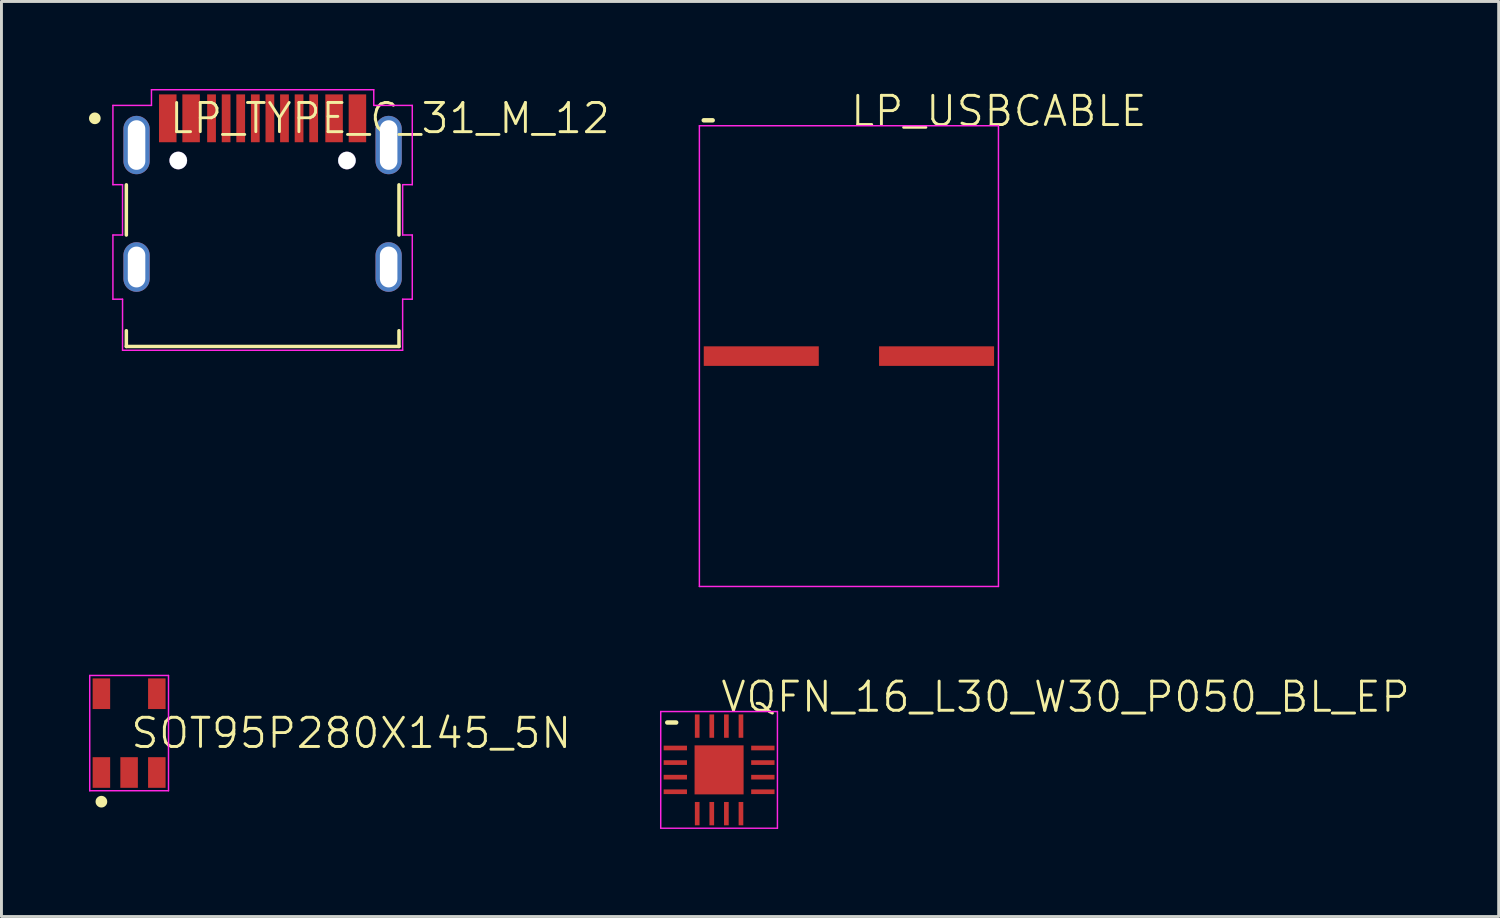
<source format=kicad_pcb>
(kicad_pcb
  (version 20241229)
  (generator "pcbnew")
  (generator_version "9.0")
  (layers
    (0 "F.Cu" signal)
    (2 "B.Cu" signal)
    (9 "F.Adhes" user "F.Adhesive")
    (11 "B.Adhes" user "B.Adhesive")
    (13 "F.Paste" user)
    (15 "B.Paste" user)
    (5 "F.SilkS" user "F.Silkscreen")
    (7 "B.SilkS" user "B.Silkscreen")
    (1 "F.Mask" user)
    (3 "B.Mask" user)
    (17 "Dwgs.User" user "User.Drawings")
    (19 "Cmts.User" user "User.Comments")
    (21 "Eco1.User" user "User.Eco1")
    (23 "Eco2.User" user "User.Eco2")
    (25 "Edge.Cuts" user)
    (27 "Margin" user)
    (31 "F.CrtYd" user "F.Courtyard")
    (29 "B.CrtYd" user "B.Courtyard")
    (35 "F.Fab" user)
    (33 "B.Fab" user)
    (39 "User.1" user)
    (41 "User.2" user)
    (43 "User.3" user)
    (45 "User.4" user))
  (footprint "LP_TYPE_C_31_M_12"
    (layer "F.Cu")
    (at 2.7 1.005)
    (property "Reference" "LP_TYPE_C_31_M_12" (at 0 0 0) (layer "F.SilkS") (effects (font (size 1 1) (thickness 0.1)) (justify left)))
    (fp_poly (pts (xy -0.35 0.87) (xy 0.35 0.87) (xy 0.35 -0.87) (xy -0.35 -0.87)) (stroke (width 0) (type solid)) (fill yes) (layer "F.Mask"))
    (fp_poly (pts (xy 0.45 0.87) (xy 1.15 0.87) (xy 1.15 -0.87) (xy 0.45 -0.87)) (stroke (width 0) (type solid)) (fill yes) (layer "F.Mask"))
    (fp_poly (pts (xy 1.3 0.87) (xy 1.7 0.87) (xy 1.7 -0.87) (xy 1.3 -0.87)) (stroke (width 0) (type solid)) (fill yes) (layer "F.Mask"))
    (fp_poly (pts (xy 1.8 0.87) (xy 2.2 0.87) (xy 2.2 -0.87) (xy 1.8 -0.87)) (stroke (width 0) (type solid)) (fill yes) (layer "F.Mask"))
    (fp_poly (pts (xy 2.3 0.87) (xy 2.7 0.87) (xy 2.7 -0.87) (xy 2.3 -0.87)) (stroke (width 0) (type solid)) (fill yes) (layer "F.Mask"))
    (fp_poly (pts (xy 2.8 0.87) (xy 3.2 0.87) (xy 3.2 -0.87) (xy 2.8 -0.87)) (stroke (width 0) (type solid)) (fill yes) (layer "F.Mask"))
    (fp_poly (pts (xy 3.3 0.87) (xy 3.7 0.87) (xy 3.7 -0.87) (xy 3.3 -0.87)) (stroke (width 0) (type solid)) (fill yes) (layer "F.Mask"))
    (fp_poly (pts (xy 3.8 0.87) (xy 4.2 0.87) (xy 4.2 -0.87) (xy 3.8 -0.87)) (stroke (width 0) (type solid)) (fill yes) (layer "F.Mask"))
    (fp_poly (pts (xy 4.3 0.87) (xy 4.7 0.87) (xy 4.7 -0.87) (xy 4.3 -0.87)) (stroke (width 0) (type solid)) (fill yes) (layer "F.Mask"))
    (fp_poly (pts (xy 4.8 0.87) (xy 5.2 0.87) (xy 5.2 -0.87) (xy 4.8 -0.87)) (stroke (width 0) (type solid)) (fill yes) (layer "F.Mask"))
    (fp_poly (pts (xy 5.35 0.87) (xy 6.05 0.87) (xy 6.05 -0.87) (xy 5.35 -0.87)) (stroke (width 0) (type solid)) (fill yes) (layer "F.Mask"))
    (fp_poly (pts (xy 6.15 0.87) (xy 6.85 0.87) (xy 6.85 -0.87) (xy 6.15 -0.87)) (stroke (width 0) (type solid)) (fill yes) (layer "F.Mask"))
    (fp_poly (pts (xy -0.57 0.366) (xy -0.58 0.268) (xy -0.608 0.175) (xy -0.654 0.088) (xy -0.716 0.012) (xy -0.792 -0.05) (xy -0.879 -0.096) (xy -0.972 -0.124) (xy -1.07 -0.134) (xy -1.168 -0.124) (xy -1.261 -0.096) (xy -1.348 -0.05) (xy -1.424 0.012) (xy -1.486 0.088) (xy -1.532 0.175) (xy -1.56 0.268) (xy -1.57 0.366) (xy -1.57 1.466) (xy -1.56 1.564) (xy -1.532 1.657) (xy -1.486 1.744) (xy -1.424 1.82) (xy -1.348 1.882) (xy -1.261 1.928) (xy -1.168 1.956) (xy -1.07 1.966) (xy -0.972 1.956) (xy -0.879 1.928) (xy -0.792 1.882) (xy -0.716 1.82) (xy -0.654 1.744) (xy -0.608 1.657) (xy -0.58 1.564) (xy -0.57 1.466)) (stroke (width 0) (type solid)) (fill yes) (layer "F.Mask"))
    (fp_poly (pts (xy -0.57 4.696) (xy -0.58 4.598) (xy -0.608 4.505) (xy -0.654 4.418) (xy -0.716 4.342) (xy -0.792 4.28) (xy -0.879 4.234) (xy -0.972 4.206) (xy -1.07 4.196) (xy -1.168 4.206) (xy -1.261 4.234) (xy -1.348 4.28) (xy -1.424 4.342) (xy -1.486 4.418) (xy -1.532 4.505) (xy -1.56 4.598) (xy -1.57 4.696) (xy -1.57 5.496) (xy -1.56 5.594) (xy -1.532 5.687) (xy -1.486 5.774) (xy -1.424 5.85) (xy -1.348 5.912) (xy -1.261 5.958) (xy -1.168 5.986) (xy -1.07 5.996) (xy -0.972 5.986) (xy -0.879 5.958) (xy -0.792 5.912) (xy -0.716 5.85) (xy -0.654 5.774) (xy -0.608 5.687) (xy -0.58 5.594) (xy -0.57 5.496)) (stroke (width 0) (type solid)) (fill yes) (layer "F.Mask"))
    (fp_poly (pts (xy 8.07 0.366) (xy 8.06 0.268) (xy 8.032 0.175) (xy 7.986 0.088) (xy 7.924 0.012) (xy 7.848 -0.05) (xy 7.761 -0.096) (xy 7.668 -0.124) (xy 7.57 -0.134) (xy 7.472 -0.124) (xy 7.379 -0.096) (xy 7.292 -0.05) (xy 7.216 0.012) (xy 7.154 0.088) (xy 7.108 0.175) (xy 7.08 0.268) (xy 7.07 0.366) (xy 7.07 1.466) (xy 7.08 1.564) (xy 7.108 1.657) (xy 7.154 1.744) (xy 7.216 1.82) (xy 7.292 1.882) (xy 7.379 1.928) (xy 7.472 1.956) (xy 7.57 1.966) (xy 7.668 1.956) (xy 7.761 1.928) (xy 7.848 1.882) (xy 7.924 1.82) (xy 7.986 1.744) (xy 8.032 1.657) (xy 8.06 1.564) (xy 8.07 1.466)) (stroke (width 0) (type solid)) (fill yes) (layer "F.Mask"))
    (fp_poly (pts (xy 8.07 4.696) (xy 8.06 4.598) (xy 8.032 4.505) (xy 7.986 4.418) (xy 7.924 4.342) (xy 7.848 4.28) (xy 7.761 4.234) (xy 7.668 4.206) (xy 7.57 4.196) (xy 7.472 4.206) (xy 7.379 4.234) (xy 7.292 4.28) (xy 7.216 4.342) (xy 7.154 4.418) (xy 7.108 4.505) (xy 7.08 4.598) (xy 7.07 4.696) (xy 7.07 5.496) (xy 7.08 5.594) (xy 7.108 5.687) (xy 7.154 5.774) (xy 7.216 5.85) (xy 7.292 5.912) (xy 7.379 5.958) (xy 7.472 5.986) (xy 7.57 5.996) (xy 7.668 5.986) (xy 7.761 5.958) (xy 7.848 5.912) (xy 7.924 5.85) (xy 7.986 5.774) (xy 8.032 5.687) (xy 8.06 5.594) (xy 8.07 5.496)) (stroke (width 0) (type solid)) (fill yes) (layer "F.Mask"))
    (fp_poly (pts (xy -0.57 0.366) (xy -0.58 0.268) (xy -0.608 0.175) (xy -0.654 0.088) (xy -0.716 0.012) (xy -0.792 -0.05) (xy -0.879 -0.096) (xy -0.972 -0.124) (xy -1.07 -0.134) (xy -1.168 -0.124) (xy -1.261 -0.096) (xy -1.348 -0.05) (xy -1.424 0.012) (xy -1.486 0.088) (xy -1.532 0.175) (xy -1.56 0.268) (xy -1.57 0.366) (xy -1.57 1.466) (xy -1.56 1.564) (xy -1.532 1.657) (xy -1.486 1.744) (xy -1.424 1.82) (xy -1.348 1.882) (xy -1.261 1.928) (xy -1.168 1.956) (xy -1.07 1.966) (xy -0.972 1.956) (xy -0.879 1.928) (xy -0.792 1.882) (xy -0.716 1.82) (xy -0.654 1.744) (xy -0.608 1.657) (xy -0.58 1.564) (xy -0.57 1.466)) (stroke (width 0) (type solid)) (fill yes) (layer "B.Mask"))
    (fp_poly (pts (xy -0.57 4.696) (xy -0.58 4.598) (xy -0.608 4.505) (xy -0.654 4.418) (xy -0.716 4.342) (xy -0.792 4.28) (xy -0.879 4.234) (xy -0.972 4.206) (xy -1.07 4.196) (xy -1.168 4.206) (xy -1.261 4.234) (xy -1.348 4.28) (xy -1.424 4.342) (xy -1.486 4.418) (xy -1.532 4.505) (xy -1.56 4.598) (xy -1.57 4.696) (xy -1.57 5.496) (xy -1.56 5.594) (xy -1.532 5.687) (xy -1.486 5.774) (xy -1.424 5.85) (xy -1.348 5.912) (xy -1.261 5.958) (xy -1.168 5.986) (xy -1.07 5.996) (xy -0.972 5.986) (xy -0.879 5.958) (xy -0.792 5.912) (xy -0.716 5.85) (xy -0.654 5.774) (xy -0.608 5.687) (xy -0.58 5.594) (xy -0.57 5.496)) (stroke (width 0) (type solid)) (fill yes) (layer "B.Mask"))
    (fp_poly (pts (xy 8.07 0.366) (xy 8.06 0.268) (xy 8.032 0.175) (xy 7.986 0.088) (xy 7.924 0.012) (xy 7.848 -0.05) (xy 7.761 -0.096) (xy 7.668 -0.124) (xy 7.57 -0.134) (xy 7.472 -0.124) (xy 7.379 -0.096) (xy 7.292 -0.05) (xy 7.216 0.012) (xy 7.154 0.088) (xy 7.108 0.175) (xy 7.08 0.268) (xy 7.07 0.366) (xy 7.07 1.466) (xy 7.08 1.564) (xy 7.108 1.657) (xy 7.154 1.744) (xy 7.216 1.82) (xy 7.292 1.882) (xy 7.379 1.928) (xy 7.472 1.956) (xy 7.57 1.966) (xy 7.668 1.956) (xy 7.761 1.928) (xy 7.848 1.882) (xy 7.924 1.82) (xy 7.986 1.744) (xy 8.032 1.657) (xy 8.06 1.564) (xy 8.07 1.466)) (stroke (width 0) (type solid)) (fill yes) (layer "B.Mask"))
    (fp_poly (pts (xy 8.07 4.696) (xy 8.06 4.598) (xy 8.032 4.505) (xy 7.986 4.418) (xy 7.924 4.342) (xy 7.848 4.28) (xy 7.761 4.234) (xy 7.668 4.206) (xy 7.57 4.196) (xy 7.472 4.206) (xy 7.379 4.234) (xy 7.292 4.28) (xy 7.216 4.342) (xy 7.154 4.418) (xy 7.108 4.505) (xy 7.08 4.598) (xy 7.07 4.696) (xy 7.07 5.496) (xy 7.08 5.594) (xy 7.108 5.687) (xy 7.154 5.774) (xy 7.216 5.85) (xy 7.292 5.912) (xy 7.379 5.958) (xy 7.472 5.986) (xy 7.57 5.996) (xy 7.668 5.986) (xy 7.761 5.958) (xy 7.848 5.912) (xy 7.924 5.85) (xy 7.986 5.774) (xy 8.032 5.687) (xy 8.06 5.594) (xy 8.07 5.496)) (stroke (width 0) (type solid)) (fill yes) (layer "B.Mask"))
    (fp_line (start -1.42 2.28) (end -1.42 4) (stroke (width 0.12) (type solid)) (layer "F.SilkS"))
    (fp_line (start -1.42 7.28) (end -1.42 7.82) (stroke (width 0.12) (type solid)) (layer "F.SilkS"))
    (fp_line (start -1.42 7.82) (end 7.924 7.82) (stroke (width 0.12) (type solid)) (layer "F.SilkS"))
    (fp_line (start 7.924 4) (end 7.924 2.28) (stroke (width 0.12) (type solid)) (layer "F.SilkS"))
    (fp_line (start 7.924 7.82) (end 7.924 7.28) (stroke (width 0.12) (type solid)) (layer "F.SilkS"))
    (fp_poly (pts (xy -2.3 0) (xy -2.304 -0.039) (xy -2.315 -0.077) (xy -2.334 -0.111) (xy -2.359 -0.141) (xy -2.389 -0.166) (xy -2.423 -0.185) (xy -2.461 -0.196) (xy -2.5 -0.2) (xy -2.539 -0.196) (xy -2.577 -0.185) (xy -2.611 -0.166) (xy -2.641 -0.141) (xy -2.666 -0.111) (xy -2.685 -0.077) (xy -2.696 -0.039) (xy -2.7 0) (xy -2.696 0.039) (xy -2.685 0.077) (xy -2.666 0.111) (xy -2.641 0.141) (xy -2.611 0.166) (xy -2.577 0.185) (xy -2.539 0.196) (xy -2.5 0.2) (xy -2.461 0.196) (xy -2.423 0.185) (xy -2.389 0.166) (xy -2.359 0.141) (xy -2.334 0.111) (xy -2.315 0.077) (xy -2.304 0.039)) (stroke (width 0) (type solid)) (fill yes) (layer "F.SilkS"))
    (fp_line (start -1.88 -0.443) (end -1.88 2.275) (stroke (width 0.05) (type solid)) (layer "F.CrtYd"))
    (fp_line (start -1.88 2.275) (end -1.55 2.275) (stroke (width 0.05) (type solid)) (layer "F.CrtYd"))
    (fp_line (start -1.88 4) (end -1.88 6.2) (stroke (width 0.05) (type solid)) (layer "F.CrtYd"))
    (fp_line (start -1.88 6.2) (end -1.55 6.2) (stroke (width 0.05) (type solid)) (layer "F.CrtYd"))
    (fp_line (start -1.55 2.275) (end -1.55 4) (stroke (width 0.05) (type solid)) (layer "F.CrtYd"))
    (fp_line (start -1.55 4) (end -1.88 4) (stroke (width 0.05) (type solid)) (layer "F.CrtYd"))
    (fp_line (start -1.55 6.2) (end -1.55 7.95) (stroke (width 0.05) (type solid)) (layer "F.CrtYd"))
    (fp_line (start -1.55 7.95) (end 8.05 7.95) (stroke (width 0.05) (type solid)) (layer "F.CrtYd"))
    (fp_line (start -0.559 -0.98) (end -0.559 -0.443) (stroke (width 0.05) (type solid)) (layer "F.CrtYd"))
    (fp_line (start -0.559 -0.443) (end -1.88 -0.443) (stroke (width 0.05) (type solid)) (layer "F.CrtYd"))
    (fp_line (start 7.06 -0.98) (end -0.559 -0.98) (stroke (width 0.05) (type solid)) (layer "F.CrtYd"))
    (fp_line (start 7.06 -0.443) (end 7.06 -0.98) (stroke (width 0.05) (type solid)) (layer "F.CrtYd"))
    (fp_line (start 8.05 2.275) (end 8.38 2.275) (stroke (width 0.05) (type solid)) (layer "F.CrtYd"))
    (fp_line (start 8.05 4) (end 8.05 2.275) (stroke (width 0.05) (type solid)) (layer "F.CrtYd"))
    (fp_line (start 8.05 6.2) (end 8.38 6.2) (stroke (width 0.05) (type solid)) (layer "F.CrtYd"))
    (fp_line (start 8.05 7.95) (end 8.05 6.2) (stroke (width 0.05) (type solid)) (layer "F.CrtYd"))
    (fp_line (start 8.38 -0.443) (end 7.06 -0.443) (stroke (width 0.05) (type solid)) (layer "F.CrtYd"))
    (fp_line (start 8.38 2.275) (end 8.38 -0.443) (stroke (width 0.05) (type solid)) (layer "F.CrtYd"))
    (fp_line (start 8.38 4) (end 8.05 4) (stroke (width 0.05) (type solid)) (layer "F.CrtYd"))
    (fp_line (start 8.38 6.2) (end 8.38 4) (stroke (width 0.05) (type solid)) (layer "F.CrtYd"))
    (pad "13" thru_hole oval (at -1.07 0.916 90) (size 2 0.9) (drill oval 1.7 0.6) (layers "*.Cu"))
    (pad "14" thru_hole oval (at 7.57 0.916 90) (size 2 0.9) (drill oval 1.7 0.6) (layers "*.Cu"))
    (pad "15" thru_hole oval (at -1.07 5.096 90) (size 1.7 0.9) (drill oval 1.4 0.6) (layers "*.Cu"))
    (pad "16" thru_hole oval (at 7.57 5.096 90) (size 1.7 0.9) (drill oval 1.4 0.6) (layers "*.Cu"))
    (pad "17" thru_hole circle (at 0.36 1.446 90) (size 0.61 0.61) (drill 0.6) (layers "*.Cu"))
    (pad "18" thru_hole circle (at 6.14 1.446 90) (size 0.61 0.61) (drill 0.6) (layers "*.Cu"))
    (pad "A1-B12" smd rect (at 0 0) (size 0.6 1.64) (layers "F.Cu" "F.Paste"))
    (pad "A4-B9" smd rect (at 0.8 0) (size 0.6 1.64) (layers "F.Cu" "F.Paste"))
    (pad "A5" smd rect (at 2 0) (size 0.3 1.64) (layers "F.Cu" "F.Paste"))
    (pad "A6" smd rect (at 3 0) (size 0.3 1.64) (layers "F.Cu" "F.Paste"))
    (pad "A7" smd rect (at 3.5 0) (size 0.3 1.64) (layers "F.Cu" "F.Paste"))
    (pad "A8" smd rect (at 4.5 0) (size 0.3 1.64) (layers "F.Cu" "F.Paste"))
    (pad "B1-A12" smd rect (at 6.5 0) (size 0.6 1.64) (layers "F.Cu" "F.Paste"))
    (pad "B4-A9" smd rect (at 5.7 0) (size 0.6 1.64) (layers "F.Cu" "F.Paste"))
    (pad "B5" smd rect (at 5 0) (size 0.3 1.64) (layers "F.Cu" "F.Paste"))
    (pad "B6" smd rect (at 4 0) (size 0.3 1.64) (layers "F.Cu" "F.Paste"))
    (pad "B7" smd rect (at 2.5 0) (size 0.3 1.64) (layers "F.Cu" "F.Paste"))
    (pad "B8" smd rect (at 1.5 0) (size 0.3 1.64) (layers "F.Cu" "F.Paste")))
  (footprint "SOT95P280X145_5N"
    (layer "F.Cu")
    (at 1.375 22.076)
    (property "Reference" "SOT95P280X145_5N" (at 0 0 0) (layer "F.SilkS") (effects (font (size 1 1) (thickness 0.1)) (justify left)))
    (fp_poly (pts (xy -1.3 -0.775) (xy -0.6 -0.775) (xy -0.6 -1.925) (xy -1.3 -1.925)) (stroke (width 0) (type solid)) (fill yes) (layer "F.Mask"))
    (fp_poly (pts (xy -1.3 1.925) (xy -0.6 1.925) (xy -0.6 0.775) (xy -1.3 0.775)) (stroke (width 0) (type solid)) (fill yes) (layer "F.Mask"))
    (fp_poly (pts (xy -0.35 1.925) (xy 0.35 1.925) (xy 0.35 0.775) (xy -0.35 0.775)) (stroke (width 0) (type solid)) (fill yes) (layer "F.Mask"))
    (fp_poly (pts (xy 0.6 -0.775) (xy 1.3 -0.775) (xy 1.3 -1.925) (xy 0.6 -1.925)) (stroke (width 0) (type solid)) (fill yes) (layer "F.Mask"))
    (fp_poly (pts (xy 0.6 1.925) (xy 1.3 1.925) (xy 1.3 0.775) (xy 0.6 0.775)) (stroke (width 0) (type solid)) (fill yes) (layer "F.Mask"))
    (fp_poly (pts (xy -0.75 2.35) (xy -0.754 2.311) (xy -0.765 2.273) (xy -0.784 2.239) (xy -0.809 2.209) (xy -0.839 2.184) (xy -0.873 2.165) (xy -0.911 2.154) (xy -0.95 2.15) (xy -0.989 2.154) (xy -1.027 2.165) (xy -1.061 2.184) (xy -1.091 2.209) (xy -1.116 2.239) (xy -1.135 2.273) (xy -1.146 2.311) (xy -1.15 2.35) (xy -1.146 2.389) (xy -1.135 2.427) (xy -1.116 2.461) (xy -1.091 2.491) (xy -1.061 2.516) (xy -1.027 2.535) (xy -0.989 2.546) (xy -0.95 2.55) (xy -0.911 2.546) (xy -0.873 2.535) (xy -0.839 2.516) (xy -0.809 2.491) (xy -0.784 2.461) (xy -0.765 2.427) (xy -0.754 2.389)) (stroke (width 0) (type solid)) (fill yes) (layer "F.SilkS"))
    (fp_line (start -1.35 -1.975) (end -1.35 1.975) (stroke (width 0.05) (type solid)) (layer "F.CrtYd"))
    (fp_line (start -1.35 1.975) (end 1.35 1.975) (stroke (width 0.05) (type solid)) (layer "F.CrtYd"))
    (fp_line (start 1.35 -1.975) (end -1.35 -1.975) (stroke (width 0.05) (type solid)) (layer "F.CrtYd"))
    (fp_line (start 1.35 1.975) (end 1.35 -1.975) (stroke (width 0.05) (type solid)) (layer "F.CrtYd"))
    (pad "1" smd rect (at -0.95 1.35) (size 0.6 1.05) (layers "F.Cu" "F.Paste"))
    (pad "2" smd rect (at 0 1.35) (size 0.6 1.05) (layers "F.Cu" "F.Paste"))
    (pad "3" smd rect (at 0.95 1.35) (size 0.6 1.05) (layers "F.Cu" "F.Paste"))
    (pad "4" smd rect (at 0.95 -1.35) (size 0.6 1.05) (layers "F.Cu" "F.Paste"))
    (pad "5" smd rect (at -0.95 -1.35) (size 0.6 1.05) (layers "F.Cu" "F.Paste")))
  (footprint "LP_USBCABLE"
    (layer "F.Cu")
    (at 26.045 9.155)
    (property "Reference" "LP_USBCABLE" (at 0 -8.395 0) (layer "F.SilkS") (effects (font (size 1 1) (thickness 0.1)) (justify left)))
    (fp_poly (pts (xy -5.025 0.385) (xy -0.983 0.385) (xy -0.983 -0.385) (xy -5.025 -0.385)) (stroke (width 0) (type solid)) (fill yes) (layer "F.Mask"))
    (fp_poly (pts (xy 0.983 0.385) (xy 5.025 0.385) (xy 5.025 -0.385) (xy 0.983 -0.385)) (stroke (width 0) (type solid)) (fill yes) (layer "F.Mask"))
    (fp_line (start -4.975 -8.082) (end -4.669 -8.082) (stroke (width 0.153) (type solid)) (layer "F.SilkS"))
    (fp_line (start -5.125 -7.895) (end -5.125 7.895) (stroke (width 0.05) (type solid)) (layer "F.CrtYd"))
    (fp_line (start -5.125 7.895) (end 5.125 7.895) (stroke (width 0.05) (type solid)) (layer "F.CrtYd"))
    (fp_line (start 5.125 -7.895) (end -5.125 -7.895) (stroke (width 0.05) (type solid)) (layer "F.CrtYd"))
    (fp_line (start 5.125 7.895) (end 5.125 -7.895) (stroke (width 0.05) (type solid)) (layer "F.CrtYd"))
    (pad "1" smd rect (at -3.004 0) (size 3.942 0.67) (layers "F.Cu" "F.Paste"))
    (pad "2" smd rect (at 3.004 0) (size 3.942 0.67) (layers "F.Cu" "F.Paste")))
  (footprint "VQFN_16_L30_W30_P050_BL_EP"
    (layer "F.Cu")
    (at 21.595 23.336)
    (property "Reference" "VQFN_16_L30_W30_P050_BL_EP" (at 0 -2.5 0) (layer "F.SilkS") (effects (font (size 1 1) (thickness 0.1)) (justify left)))
    (fp_poly (pts (xy -1.95 -0.62) (xy -1.05 -0.62) (xy -1.05 -0.88) (xy -1.95 -0.88)) (stroke (width 0) (type solid)) (fill yes) (layer "F.Mask"))
    (fp_poly (pts (xy -1.95 -0.12) (xy -1.05 -0.12) (xy -1.05 -0.38) (xy -1.95 -0.38)) (stroke (width 0) (type solid)) (fill yes) (layer "F.Mask"))
    (fp_poly (pts (xy -1.95 0.38) (xy -1.05 0.38) (xy -1.05 0.12) (xy -1.95 0.12)) (stroke (width 0) (type solid)) (fill yes) (layer "F.Mask"))
    (fp_poly (pts (xy -1.95 0.88) (xy -1.05 0.88) (xy -1.05 0.62) (xy -1.95 0.62)) (stroke (width 0) (type solid)) (fill yes) (layer "F.Mask"))
    (fp_poly (pts (xy -0.89 0.89) (xy 0.89 0.89) (xy 0.89 -0.89) (xy -0.89 -0.89)) (stroke (width 0) (type solid)) (fill yes) (layer "F.Mask"))
    (fp_poly (pts (xy -0.88 -1.95) (xy -0.88 -1.05) (xy -0.62 -1.05) (xy -0.62 -1.95)) (stroke (width 0) (type solid)) (fill yes) (layer "F.Mask"))
    (fp_poly (pts (xy -0.62 1.95) (xy -0.62 1.05) (xy -0.88 1.05) (xy -0.88 1.95)) (stroke (width 0) (type solid)) (fill yes) (layer "F.Mask"))
    (fp_poly (pts (xy -0.38 -1.95) (xy -0.38 -1.05) (xy -0.12 -1.05) (xy -0.12 -1.95)) (stroke (width 0) (type solid)) (fill yes) (layer "F.Mask"))
    (fp_poly (pts (xy -0.12 1.95) (xy -0.12 1.05) (xy -0.38 1.05) (xy -0.38 1.95)) (stroke (width 0) (type solid)) (fill yes) (layer "F.Mask"))
    (fp_poly (pts (xy 0.12 -1.95) (xy 0.12 -1.05) (xy 0.38 -1.05) (xy 0.38 -1.95)) (stroke (width 0) (type solid)) (fill yes) (layer "F.Mask"))
    (fp_poly (pts (xy 0.38 1.95) (xy 0.38 1.05) (xy 0.12 1.05) (xy 0.12 1.95)) (stroke (width 0) (type solid)) (fill yes) (layer "F.Mask"))
    (fp_poly (pts (xy 0.62 -1.95) (xy 0.62 -1.05) (xy 0.88 -1.05) (xy 0.88 -1.95)) (stroke (width 0) (type solid)) (fill yes) (layer "F.Mask"))
    (fp_poly (pts (xy 0.88 1.95) (xy 0.88 1.05) (xy 0.62 1.05) (xy 0.62 1.95)) (stroke (width 0) (type solid)) (fill yes) (layer "F.Mask"))
    (fp_poly (pts (xy 1.95 -0.88) (xy 1.05 -0.88) (xy 1.05 -0.62) (xy 1.95 -0.62)) (stroke (width 0) (type solid)) (fill yes) (layer "F.Mask"))
    (fp_poly (pts (xy 1.95 -0.38) (xy 1.05 -0.38) (xy 1.05 -0.12) (xy 1.95 -0.12)) (stroke (width 0) (type solid)) (fill yes) (layer "F.Mask"))
    (fp_poly (pts (xy 1.95 0.12) (xy 1.05 0.12) (xy 1.05 0.38) (xy 1.95 0.38)) (stroke (width 0) (type solid)) (fill yes) (layer "F.Mask"))
    (fp_poly (pts (xy 1.95 0.62) (xy 1.05 0.62) (xy 1.05 0.88) (xy 1.95 0.88)) (stroke (width 0) (type solid)) (fill yes) (layer "F.Mask"))
    (fp_line (start -1.776 -1.623) (end -1.47 -1.623) (stroke (width 0.153) (type solid)) (layer "F.SilkS"))
    (fp_line (start -2 -2) (end -2 2) (stroke (width 0.05) (type solid)) (layer "F.CrtYd"))
    (fp_line (start -2 2) (end 2 2) (stroke (width 0.05) (type solid)) (layer "F.CrtYd"))
    (fp_line (start 2 -2) (end -2 -2) (stroke (width 0.05) (type solid)) (layer "F.CrtYd"))
    (fp_line (start 2 2) (end 2 -2) (stroke (width 0.05) (type solid)) (layer "F.CrtYd"))
    (pad "1" smd rect (at -1.5 -0.75) (size 0.8 0.16) (layers "F.Cu" "F.Paste"))
    (pad "2" smd rect (at -1.5 -0.25) (size 0.8 0.16) (layers "F.Cu" "F.Paste"))
    (pad "3" smd rect (at -1.5 0.25) (size 0.8 0.16) (layers "F.Cu" "F.Paste"))
    (pad "4" smd rect (at -1.5 0.75) (size 0.8 0.16) (layers "F.Cu" "F.Paste"))
    (pad "5" smd rect (at -0.75 1.5 90) (size 0.8 0.16) (layers "F.Cu" "F.Paste"))
    (pad "6" smd rect (at -0.25 1.5 90) (size 0.8 0.16) (layers "F.Cu" "F.Paste"))
    (pad "7" smd rect (at 0.25 1.5 90) (size 0.8 0.16) (layers "F.Cu" "F.Paste"))
    (pad "8" smd rect (at 0.75 1.5 90) (size 0.8 0.16) (layers "F.Cu" "F.Paste"))
    (pad "9" smd rect (at 1.5 0.75 180) (size 0.8 0.16) (layers "F.Cu" "F.Paste"))
    (pad "10" smd rect (at 1.5 0.25 180) (size 0.8 0.16) (layers "F.Cu" "F.Paste"))
    (pad "11" smd rect (at 1.5 -0.25 180) (size 0.8 0.16) (layers "F.Cu" "F.Paste"))
    (pad "12" smd rect (at 1.5 -0.75 180) (size 0.8 0.16) (layers "F.Cu" "F.Paste"))
    (pad "13" smd rect (at 0.75 -1.5 270) (size 0.8 0.16) (layers "F.Cu" "F.Paste"))
    (pad "14" smd rect (at 0.25 -1.5 270) (size 0.8 0.16) (layers "F.Cu" "F.Paste"))
    (pad "15" smd rect (at -0.25 -1.5 270) (size 0.8 0.16) (layers "F.Cu" "F.Paste"))
    (pad "16" smd rect (at -0.75 -1.5 270) (size 0.8 0.16) (layers "F.Cu" "F.Paste"))
    (pad "17" smd rect (at 0 0) (size 1.68 1.68) (layers "F.Cu" "F.Paste")))
  (gr_rect
    (start -3 -3)
    (end 48.314 28.361)
    (stroke (width 0.1) (type default))
    (fill no)
    (layer "Edge.Cuts")))
</source>
